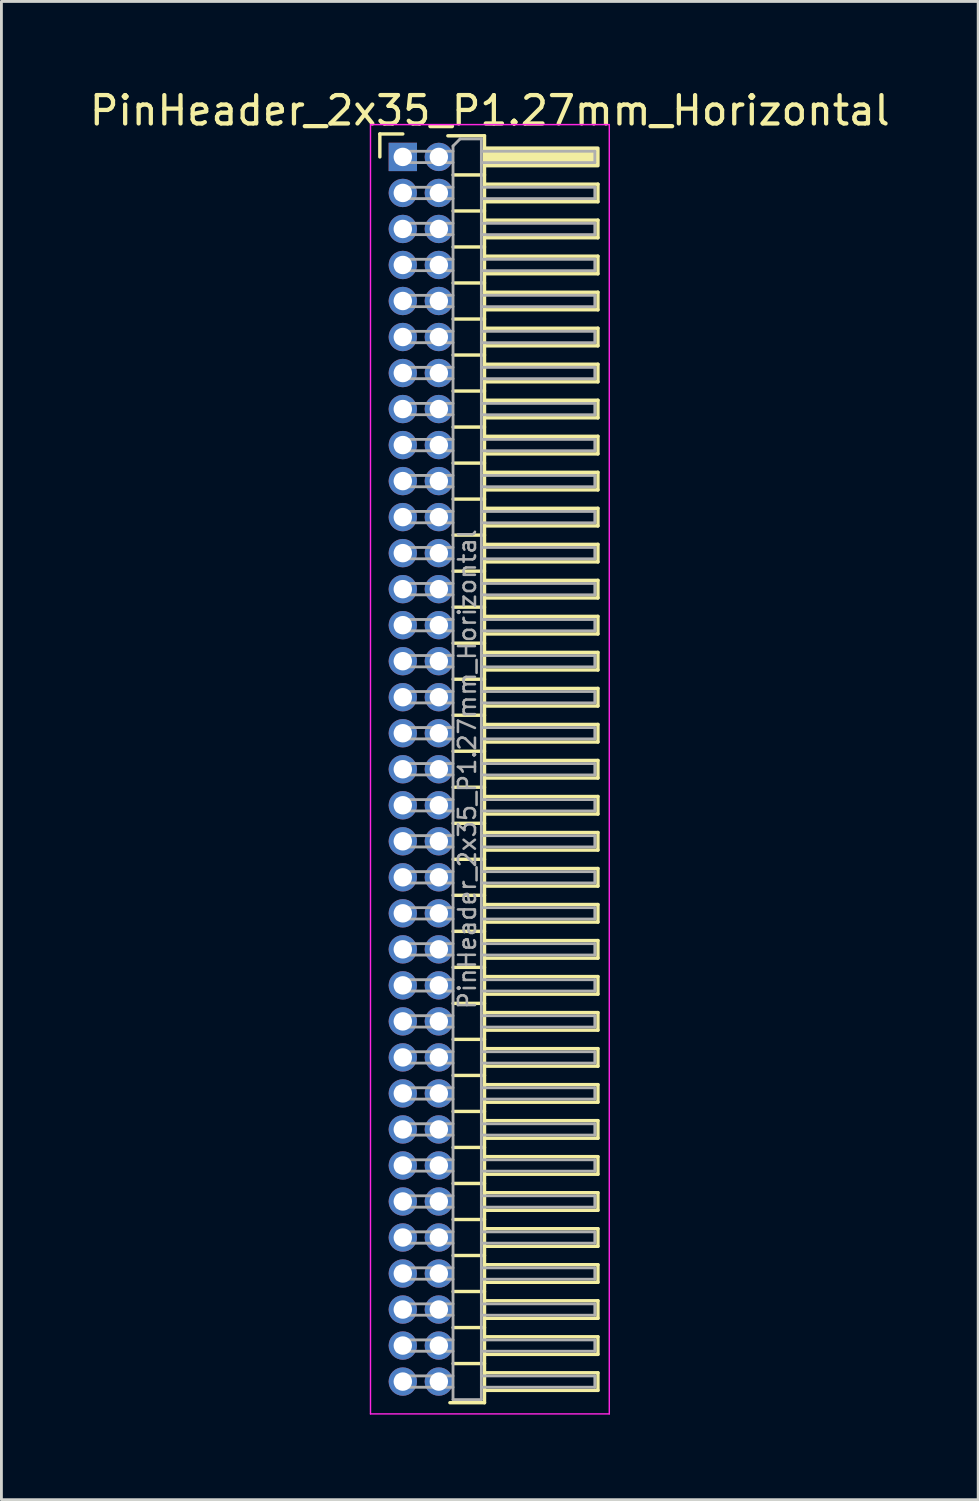
<source format=kicad_pcb>
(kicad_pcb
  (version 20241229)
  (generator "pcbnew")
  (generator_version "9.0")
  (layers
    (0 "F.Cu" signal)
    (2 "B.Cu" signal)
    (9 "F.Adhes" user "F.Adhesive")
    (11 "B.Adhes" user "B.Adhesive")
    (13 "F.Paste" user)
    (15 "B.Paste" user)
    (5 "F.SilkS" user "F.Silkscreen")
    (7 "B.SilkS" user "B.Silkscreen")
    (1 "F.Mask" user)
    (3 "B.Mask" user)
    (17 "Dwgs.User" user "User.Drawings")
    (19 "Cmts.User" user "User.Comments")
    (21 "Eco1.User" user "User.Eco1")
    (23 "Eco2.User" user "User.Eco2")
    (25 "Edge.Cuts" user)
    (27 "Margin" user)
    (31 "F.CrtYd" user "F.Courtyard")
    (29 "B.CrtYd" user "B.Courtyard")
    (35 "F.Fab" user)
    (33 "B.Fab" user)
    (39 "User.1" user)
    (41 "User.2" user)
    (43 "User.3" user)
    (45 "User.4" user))
  (footprint "PinHeader_2x35_P1.27mm_Horizontal"
    (layer "F.Cu")
    (at 11.153 2.483)
    (property "Reference" "PinHeader_2x35_P1.27mm_Horizontal" (at 3.067 -1.635 0) (layer "F.SilkS") (effects (font (size 1 1) (thickness 0.15))))
    (attr through_hole)
    (fp_line (start -0.81 -0.81) (end 0 -0.81) (stroke (width 0.12) (type solid)) (layer "F.SilkS"))
    (fp_line (start -0.81 0) (end -0.81 -0.81) (stroke (width 0.12) (type solid)) (layer "F.SilkS"))
    (fp_line (start 1.588 -0.745) (end 2.88 -0.745) (stroke (width 0.12) (type solid)) (layer "F.SilkS"))
    (fp_line (start 1.773 0.635) (end 2.88 0.635) (stroke (width 0.12) (type solid)) (layer "F.SilkS"))
    (fp_line (start 1.773 1.905) (end 2.88 1.905) (stroke (width 0.12) (type solid)) (layer "F.SilkS"))
    (fp_line (start 1.773 3.175) (end 2.88 3.175) (stroke (width 0.12) (type solid)) (layer "F.SilkS"))
    (fp_line (start 1.773 4.445) (end 2.88 4.445) (stroke (width 0.12) (type solid)) (layer "F.SilkS"))
    (fp_line (start 1.773 5.715) (end 2.88 5.715) (stroke (width 0.12) (type solid)) (layer "F.SilkS"))
    (fp_line (start 1.773 6.985) (end 2.88 6.985) (stroke (width 0.12) (type solid)) (layer "F.SilkS"))
    (fp_line (start 1.773 8.255) (end 2.88 8.255) (stroke (width 0.12) (type solid)) (layer "F.SilkS"))
    (fp_line (start 1.773 9.525) (end 2.88 9.525) (stroke (width 0.12) (type solid)) (layer "F.SilkS"))
    (fp_line (start 1.773 10.795) (end 2.88 10.795) (stroke (width 0.12) (type solid)) (layer "F.SilkS"))
    (fp_line (start 1.773 12.065) (end 2.88 12.065) (stroke (width 0.12) (type solid)) (layer "F.SilkS"))
    (fp_line (start 1.773 13.335) (end 2.88 13.335) (stroke (width 0.12) (type solid)) (layer "F.SilkS"))
    (fp_line (start 1.773 14.605) (end 2.88 14.605) (stroke (width 0.12) (type solid)) (layer "F.SilkS"))
    (fp_line (start 1.773 15.875) (end 2.88 15.875) (stroke (width 0.12) (type solid)) (layer "F.SilkS"))
    (fp_line (start 1.773 17.145) (end 2.88 17.145) (stroke (width 0.12) (type solid)) (layer "F.SilkS"))
    (fp_line (start 1.773 18.415) (end 2.88 18.415) (stroke (width 0.12) (type solid)) (layer "F.SilkS"))
    (fp_line (start 1.773 19.685) (end 2.88 19.685) (stroke (width 0.12) (type solid)) (layer "F.SilkS"))
    (fp_line (start 1.773 20.955) (end 2.88 20.955) (stroke (width 0.12) (type solid)) (layer "F.SilkS"))
    (fp_line (start 1.773 22.225) (end 2.88 22.225) (stroke (width 0.12) (type solid)) (layer "F.SilkS"))
    (fp_line (start 1.773 23.495) (end 2.88 23.495) (stroke (width 0.12) (type solid)) (layer "F.SilkS"))
    (fp_line (start 1.773 24.765) (end 2.88 24.765) (stroke (width 0.12) (type solid)) (layer "F.SilkS"))
    (fp_line (start 1.773 26.035) (end 2.88 26.035) (stroke (width 0.12) (type solid)) (layer "F.SilkS"))
    (fp_line (start 1.773 27.305) (end 2.88 27.305) (stroke (width 0.12) (type solid)) (layer "F.SilkS"))
    (fp_line (start 1.773 28.575) (end 2.88 28.575) (stroke (width 0.12) (type solid)) (layer "F.SilkS"))
    (fp_line (start 1.773 29.845) (end 2.88 29.845) (stroke (width 0.12) (type solid)) (layer "F.SilkS"))
    (fp_line (start 1.773 31.115) (end 2.88 31.115) (stroke (width 0.12) (type solid)) (layer "F.SilkS"))
    (fp_line (start 1.773 32.385) (end 2.88 32.385) (stroke (width 0.12) (type solid)) (layer "F.SilkS"))
    (fp_line (start 1.773 33.655) (end 2.88 33.655) (stroke (width 0.12) (type solid)) (layer "F.SilkS"))
    (fp_line (start 1.773 34.925) (end 2.88 34.925) (stroke (width 0.12) (type solid)) (layer "F.SilkS"))
    (fp_line (start 1.773 36.195) (end 2.88 36.195) (stroke (width 0.12) (type solid)) (layer "F.SilkS"))
    (fp_line (start 1.773 37.465) (end 2.88 37.465) (stroke (width 0.12) (type solid)) (layer "F.SilkS"))
    (fp_line (start 1.773 38.735) (end 2.88 38.735) (stroke (width 0.12) (type solid)) (layer "F.SilkS"))
    (fp_line (start 1.773 40.005) (end 2.88 40.005) (stroke (width 0.12) (type solid)) (layer "F.SilkS"))
    (fp_line (start 1.773 41.275) (end 2.88 41.275) (stroke (width 0.12) (type solid)) (layer "F.SilkS"))
    (fp_line (start 1.773 42.545) (end 2.88 42.545) (stroke (width 0.12) (type solid)) (layer "F.SilkS"))
    (fp_line (start 2.88 -0.745) (end 2.88 43.925) (stroke (width 0.12) (type solid)) (layer "F.SilkS"))
    (fp_line (start 2.88 0.96) (end 6.88 0.96) (stroke (width 0.12) (type solid)) (layer "F.SilkS"))
    (fp_line (start 2.88 2.23) (end 6.88 2.23) (stroke (width 0.12) (type solid)) (layer "F.SilkS"))
    (fp_line (start 2.88 3.5) (end 6.88 3.5) (stroke (width 0.12) (type solid)) (layer "F.SilkS"))
    (fp_line (start 2.88 4.77) (end 6.88 4.77) (stroke (width 0.12) (type solid)) (layer "F.SilkS"))
    (fp_line (start 2.88 6.04) (end 6.88 6.04) (stroke (width 0.12) (type solid)) (layer "F.SilkS"))
    (fp_line (start 2.88 7.31) (end 6.88 7.31) (stroke (width 0.12) (type solid)) (layer "F.SilkS"))
    (fp_line (start 2.88 8.58) (end 6.88 8.58) (stroke (width 0.12) (type solid)) (layer "F.SilkS"))
    (fp_line (start 2.88 9.85) (end 6.88 9.85) (stroke (width 0.12) (type solid)) (layer "F.SilkS"))
    (fp_line (start 2.88 11.12) (end 6.88 11.12) (stroke (width 0.12) (type solid)) (layer "F.SilkS"))
    (fp_line (start 2.88 12.39) (end 6.88 12.39) (stroke (width 0.12) (type solid)) (layer "F.SilkS"))
    (fp_line (start 2.88 13.66) (end 6.88 13.66) (stroke (width 0.12) (type solid)) (layer "F.SilkS"))
    (fp_line (start 2.88 14.93) (end 6.88 14.93) (stroke (width 0.12) (type solid)) (layer "F.SilkS"))
    (fp_line (start 2.88 16.2) (end 6.88 16.2) (stroke (width 0.12) (type solid)) (layer "F.SilkS"))
    (fp_line (start 2.88 17.47) (end 6.88 17.47) (stroke (width 0.12) (type solid)) (layer "F.SilkS"))
    (fp_line (start 2.88 18.74) (end 6.88 18.74) (stroke (width 0.12) (type solid)) (layer "F.SilkS"))
    (fp_line (start 2.88 20.01) (end 6.88 20.01) (stroke (width 0.12) (type solid)) (layer "F.SilkS"))
    (fp_line (start 2.88 21.28) (end 6.88 21.28) (stroke (width 0.12) (type solid)) (layer "F.SilkS"))
    (fp_line (start 2.88 22.55) (end 6.88 22.55) (stroke (width 0.12) (type solid)) (layer "F.SilkS"))
    (fp_line (start 2.88 23.82) (end 6.88 23.82) (stroke (width 0.12) (type solid)) (layer "F.SilkS"))
    (fp_line (start 2.88 25.09) (end 6.88 25.09) (stroke (width 0.12) (type solid)) (layer "F.SilkS"))
    (fp_line (start 2.88 26.36) (end 6.88 26.36) (stroke (width 0.12) (type solid)) (layer "F.SilkS"))
    (fp_line (start 2.88 27.63) (end 6.88 27.63) (stroke (width 0.12) (type solid)) (layer "F.SilkS"))
    (fp_line (start 2.88 28.9) (end 6.88 28.9) (stroke (width 0.12) (type solid)) (layer "F.SilkS"))
    (fp_line (start 2.88 30.17) (end 6.88 30.17) (stroke (width 0.12) (type solid)) (layer "F.SilkS"))
    (fp_line (start 2.88 31.44) (end 6.88 31.44) (stroke (width 0.12) (type solid)) (layer "F.SilkS"))
    (fp_line (start 2.88 32.71) (end 6.88 32.71) (stroke (width 0.12) (type solid)) (layer "F.SilkS"))
    (fp_line (start 2.88 33.98) (end 6.88 33.98) (stroke (width 0.12) (type solid)) (layer "F.SilkS"))
    (fp_line (start 2.88 35.25) (end 6.88 35.25) (stroke (width 0.12) (type solid)) (layer "F.SilkS"))
    (fp_line (start 2.88 36.52) (end 6.88 36.52) (stroke (width 0.12) (type solid)) (layer "F.SilkS"))
    (fp_line (start 2.88 37.79) (end 6.88 37.79) (stroke (width 0.12) (type solid)) (layer "F.SilkS"))
    (fp_line (start 2.88 39.06) (end 6.88 39.06) (stroke (width 0.12) (type solid)) (layer "F.SilkS"))
    (fp_line (start 2.88 40.33) (end 6.88 40.33) (stroke (width 0.12) (type solid)) (layer "F.SilkS"))
    (fp_line (start 2.88 41.6) (end 6.88 41.6) (stroke (width 0.12) (type solid)) (layer "F.SilkS"))
    (fp_line (start 2.88 42.87) (end 6.88 42.87) (stroke (width 0.12) (type solid)) (layer "F.SilkS"))
    (fp_line (start 2.88 43.925) (end 1.66 43.925) (stroke (width 0.12) (type solid)) (layer "F.SilkS"))
    (fp_line (start 6.88 0.96) (end 6.88 1.58) (stroke (width 0.12) (type solid)) (layer "F.SilkS"))
    (fp_line (start 6.88 1.58) (end 2.88 1.58) (stroke (width 0.12) (type solid)) (layer "F.SilkS"))
    (fp_line (start 6.88 2.23) (end 6.88 2.85) (stroke (width 0.12) (type solid)) (layer "F.SilkS"))
    (fp_line (start 6.88 2.85) (end 2.88 2.85) (stroke (width 0.12) (type solid)) (layer "F.SilkS"))
    (fp_line (start 6.88 3.5) (end 6.88 4.12) (stroke (width 0.12) (type solid)) (layer "F.SilkS"))
    (fp_line (start 6.88 4.12) (end 2.88 4.12) (stroke (width 0.12) (type solid)) (layer "F.SilkS"))
    (fp_line (start 6.88 4.77) (end 6.88 5.39) (stroke (width 0.12) (type solid)) (layer "F.SilkS"))
    (fp_line (start 6.88 5.39) (end 2.88 5.39) (stroke (width 0.12) (type solid)) (layer "F.SilkS"))
    (fp_line (start 6.88 6.04) (end 6.88 6.66) (stroke (width 0.12) (type solid)) (layer "F.SilkS"))
    (fp_line (start 6.88 6.66) (end 2.88 6.66) (stroke (width 0.12) (type solid)) (layer "F.SilkS"))
    (fp_line (start 6.88 7.31) (end 6.88 7.93) (stroke (width 0.12) (type solid)) (layer "F.SilkS"))
    (fp_line (start 6.88 7.93) (end 2.88 7.93) (stroke (width 0.12) (type solid)) (layer "F.SilkS"))
    (fp_line (start 6.88 8.58) (end 6.88 9.2) (stroke (width 0.12) (type solid)) (layer "F.SilkS"))
    (fp_line (start 6.88 9.2) (end 2.88 9.2) (stroke (width 0.12) (type solid)) (layer "F.SilkS"))
    (fp_line (start 6.88 9.85) (end 6.88 10.47) (stroke (width 0.12) (type solid)) (layer "F.SilkS"))
    (fp_line (start 6.88 10.47) (end 2.88 10.47) (stroke (width 0.12) (type solid)) (layer "F.SilkS"))
    (fp_line (start 6.88 11.12) (end 6.88 11.74) (stroke (width 0.12) (type solid)) (layer "F.SilkS"))
    (fp_line (start 6.88 11.74) (end 2.88 11.74) (stroke (width 0.12) (type solid)) (layer "F.SilkS"))
    (fp_line (start 6.88 12.39) (end 6.88 13.01) (stroke (width 0.12) (type solid)) (layer "F.SilkS"))
    (fp_line (start 6.88 13.01) (end 2.88 13.01) (stroke (width 0.12) (type solid)) (layer "F.SilkS"))
    (fp_line (start 6.88 13.66) (end 6.88 14.28) (stroke (width 0.12) (type solid)) (layer "F.SilkS"))
    (fp_line (start 6.88 14.28) (end 2.88 14.28) (stroke (width 0.12) (type solid)) (layer "F.SilkS"))
    (fp_line (start 6.88 14.93) (end 6.88 15.55) (stroke (width 0.12) (type solid)) (layer "F.SilkS"))
    (fp_line (start 6.88 15.55) (end 2.88 15.55) (stroke (width 0.12) (type solid)) (layer "F.SilkS"))
    (fp_line (start 6.88 16.2) (end 6.88 16.82) (stroke (width 0.12) (type solid)) (layer "F.SilkS"))
    (fp_line (start 6.88 16.82) (end 2.88 16.82) (stroke (width 0.12) (type solid)) (layer "F.SilkS"))
    (fp_line (start 6.88 17.47) (end 6.88 18.09) (stroke (width 0.12) (type solid)) (layer "F.SilkS"))
    (fp_line (start 6.88 18.09) (end 2.88 18.09) (stroke (width 0.12) (type solid)) (layer "F.SilkS"))
    (fp_line (start 6.88 18.74) (end 6.88 19.36) (stroke (width 0.12) (type solid)) (layer "F.SilkS"))
    (fp_line (start 6.88 19.36) (end 2.88 19.36) (stroke (width 0.12) (type solid)) (layer "F.SilkS"))
    (fp_line (start 6.88 20.01) (end 6.88 20.63) (stroke (width 0.12) (type solid)) (layer "F.SilkS"))
    (fp_line (start 6.88 20.63) (end 2.88 20.63) (stroke (width 0.12) (type solid)) (layer "F.SilkS"))
    (fp_line (start 6.88 21.28) (end 6.88 21.9) (stroke (width 0.12) (type solid)) (layer "F.SilkS"))
    (fp_line (start 6.88 21.9) (end 2.88 21.9) (stroke (width 0.12) (type solid)) (layer "F.SilkS"))
    (fp_line (start 6.88 22.55) (end 6.88 23.17) (stroke (width 0.12) (type solid)) (layer "F.SilkS"))
    (fp_line (start 6.88 23.17) (end 2.88 23.17) (stroke (width 0.12) (type solid)) (layer "F.SilkS"))
    (fp_line (start 6.88 23.82) (end 6.88 24.44) (stroke (width 0.12) (type solid)) (layer "F.SilkS"))
    (fp_line (start 6.88 24.44) (end 2.88 24.44) (stroke (width 0.12) (type solid)) (layer "F.SilkS"))
    (fp_line (start 6.88 25.09) (end 6.88 25.71) (stroke (width 0.12) (type solid)) (layer "F.SilkS"))
    (fp_line (start 6.88 25.71) (end 2.88 25.71) (stroke (width 0.12) (type solid)) (layer "F.SilkS"))
    (fp_line (start 6.88 26.36) (end 6.88 26.98) (stroke (width 0.12) (type solid)) (layer "F.SilkS"))
    (fp_line (start 6.88 26.98) (end 2.88 26.98) (stroke (width 0.12) (type solid)) (layer "F.SilkS"))
    (fp_line (start 6.88 27.63) (end 6.88 28.25) (stroke (width 0.12) (type solid)) (layer "F.SilkS"))
    (fp_line (start 6.88 28.25) (end 2.88 28.25) (stroke (width 0.12) (type solid)) (layer "F.SilkS"))
    (fp_line (start 6.88 28.9) (end 6.88 29.52) (stroke (width 0.12) (type solid)) (layer "F.SilkS"))
    (fp_line (start 6.88 29.52) (end 2.88 29.52) (stroke (width 0.12) (type solid)) (layer "F.SilkS"))
    (fp_line (start 6.88 30.17) (end 6.88 30.79) (stroke (width 0.12) (type solid)) (layer "F.SilkS"))
    (fp_line (start 6.88 30.79) (end 2.88 30.79) (stroke (width 0.12) (type solid)) (layer "F.SilkS"))
    (fp_line (start 6.88 31.44) (end 6.88 32.06) (stroke (width 0.12) (type solid)) (layer "F.SilkS"))
    (fp_line (start 6.88 32.06) (end 2.88 32.06) (stroke (width 0.12) (type solid)) (layer "F.SilkS"))
    (fp_line (start 6.88 32.71) (end 6.88 33.33) (stroke (width 0.12) (type solid)) (layer "F.SilkS"))
    (fp_line (start 6.88 33.33) (end 2.88 33.33) (stroke (width 0.12) (type solid)) (layer "F.SilkS"))
    (fp_line (start 6.88 33.98) (end 6.88 34.6) (stroke (width 0.12) (type solid)) (layer "F.SilkS"))
    (fp_line (start 6.88 34.6) (end 2.88 34.6) (stroke (width 0.12) (type solid)) (layer "F.SilkS"))
    (fp_line (start 6.88 35.25) (end 6.88 35.87) (stroke (width 0.12) (type solid)) (layer "F.SilkS"))
    (fp_line (start 6.88 35.87) (end 2.88 35.87) (stroke (width 0.12) (type solid)) (layer "F.SilkS"))
    (fp_line (start 6.88 36.52) (end 6.88 37.14) (stroke (width 0.12) (type solid)) (layer "F.SilkS"))
    (fp_line (start 6.88 37.14) (end 2.88 37.14) (stroke (width 0.12) (type solid)) (layer "F.SilkS"))
    (fp_line (start 6.88 37.79) (end 6.88 38.41) (stroke (width 0.12) (type solid)) (layer "F.SilkS"))
    (fp_line (start 6.88 38.41) (end 2.88 38.41) (stroke (width 0.12) (type solid)) (layer "F.SilkS"))
    (fp_line (start 6.88 39.06) (end 6.88 39.68) (stroke (width 0.12) (type solid)) (layer "F.SilkS"))
    (fp_line (start 6.88 39.68) (end 2.88 39.68) (stroke (width 0.12) (type solid)) (layer "F.SilkS"))
    (fp_line (start 6.88 40.33) (end 6.88 40.95) (stroke (width 0.12) (type solid)) (layer "F.SilkS"))
    (fp_line (start 6.88 40.95) (end 2.88 40.95) (stroke (width 0.12) (type solid)) (layer "F.SilkS"))
    (fp_line (start 6.88 41.6) (end 6.88 42.22) (stroke (width 0.12) (type solid)) (layer "F.SilkS"))
    (fp_line (start 6.88 42.22) (end 2.88 42.22) (stroke (width 0.12) (type solid)) (layer "F.SilkS"))
    (fp_line (start 6.88 42.87) (end 6.88 43.49) (stroke (width 0.12) (type solid)) (layer "F.SilkS"))
    (fp_line (start 6.88 43.49) (end 2.88 43.49) (stroke (width 0.12) (type solid)) (layer "F.SilkS"))
    (fp_rect (start 2.88 -0.31) (end 6.88 0.31) (stroke (width 0.12) (type solid)) (fill yes) (layer "F.SilkS"))
    (fp_line (start -1.14 -1.14) (end -1.14 44.32) (stroke (width 0.05) (type solid)) (layer "F.CrtYd"))
    (fp_line (start -1.14 44.32) (end 7.28 44.32) (stroke (width 0.05) (type solid)) (layer "F.CrtYd"))
    (fp_line (start 7.28 -1.14) (end -1.14 -1.14) (stroke (width 0.05) (type solid)) (layer "F.CrtYd"))
    (fp_line (start 7.28 44.32) (end 7.28 -1.14) (stroke (width 0.05) (type solid)) (layer "F.CrtYd"))
    (fp_line (start -0.2 -0.2) (end -0.2 0.2) (stroke (width 0.1) (type solid)) (layer "F.Fab"))
    (fp_line (start -0.2 -0.2) (end 1.77 -0.2) (stroke (width 0.1) (type solid)) (layer "F.Fab"))
    (fp_line (start -0.2 0.2) (end 1.77 0.2) (stroke (width 0.1) (type solid)) (layer "F.Fab"))
    (fp_line (start -0.2 1.07) (end -0.2 1.47) (stroke (width 0.1) (type solid)) (layer "F.Fab"))
    (fp_line (start -0.2 1.07) (end 1.77 1.07) (stroke (width 0.1) (type solid)) (layer "F.Fab"))
    (fp_line (start -0.2 1.47) (end 1.77 1.47) (stroke (width 0.1) (type solid)) (layer "F.Fab"))
    (fp_line (start -0.2 2.34) (end -0.2 2.74) (stroke (width 0.1) (type solid)) (layer "F.Fab"))
    (fp_line (start -0.2 2.34) (end 1.77 2.34) (stroke (width 0.1) (type solid)) (layer "F.Fab"))
    (fp_line (start -0.2 2.74) (end 1.77 2.74) (stroke (width 0.1) (type solid)) (layer "F.Fab"))
    (fp_line (start -0.2 3.61) (end -0.2 4.01) (stroke (width 0.1) (type solid)) (layer "F.Fab"))
    (fp_line (start -0.2 3.61) (end 1.77 3.61) (stroke (width 0.1) (type solid)) (layer "F.Fab"))
    (fp_line (start -0.2 4.01) (end 1.77 4.01) (stroke (width 0.1) (type solid)) (layer "F.Fab"))
    (fp_line (start -0.2 4.88) (end -0.2 5.28) (stroke (width 0.1) (type solid)) (layer "F.Fab"))
    (fp_line (start -0.2 4.88) (end 1.77 4.88) (stroke (width 0.1) (type solid)) (layer "F.Fab"))
    (fp_line (start -0.2 5.28) (end 1.77 5.28) (stroke (width 0.1) (type solid)) (layer "F.Fab"))
    (fp_line (start -0.2 6.15) (end -0.2 6.55) (stroke (width 0.1) (type solid)) (layer "F.Fab"))
    (fp_line (start -0.2 6.15) (end 1.77 6.15) (stroke (width 0.1) (type solid)) (layer "F.Fab"))
    (fp_line (start -0.2 6.55) (end 1.77 6.55) (stroke (width 0.1) (type solid)) (layer "F.Fab"))
    (fp_line (start -0.2 7.42) (end -0.2 7.82) (stroke (width 0.1) (type solid)) (layer "F.Fab"))
    (fp_line (start -0.2 7.42) (end 1.77 7.42) (stroke (width 0.1) (type solid)) (layer "F.Fab"))
    (fp_line (start -0.2 7.82) (end 1.77 7.82) (stroke (width 0.1) (type solid)) (layer "F.Fab"))
    (fp_line (start -0.2 8.69) (end -0.2 9.09) (stroke (width 0.1) (type solid)) (layer "F.Fab"))
    (fp_line (start -0.2 8.69) (end 1.77 8.69) (stroke (width 0.1) (type solid)) (layer "F.Fab"))
    (fp_line (start -0.2 9.09) (end 1.77 9.09) (stroke (width 0.1) (type solid)) (layer "F.Fab"))
    (fp_line (start -0.2 9.96) (end -0.2 10.36) (stroke (width 0.1) (type solid)) (layer "F.Fab"))
    (fp_line (start -0.2 9.96) (end 1.77 9.96) (stroke (width 0.1) (type solid)) (layer "F.Fab"))
    (fp_line (start -0.2 10.36) (end 1.77 10.36) (stroke (width 0.1) (type solid)) (layer "F.Fab"))
    (fp_line (start -0.2 11.23) (end -0.2 11.63) (stroke (width 0.1) (type solid)) (layer "F.Fab"))
    (fp_line (start -0.2 11.23) (end 1.77 11.23) (stroke (width 0.1) (type solid)) (layer "F.Fab"))
    (fp_line (start -0.2 11.63) (end 1.77 11.63) (stroke (width 0.1) (type solid)) (layer "F.Fab"))
    (fp_line (start -0.2 12.5) (end -0.2 12.9) (stroke (width 0.1) (type solid)) (layer "F.Fab"))
    (fp_line (start -0.2 12.5) (end 1.77 12.5) (stroke (width 0.1) (type solid)) (layer "F.Fab"))
    (fp_line (start -0.2 12.9) (end 1.77 12.9) (stroke (width 0.1) (type solid)) (layer "F.Fab"))
    (fp_line (start -0.2 13.77) (end -0.2 14.17) (stroke (width 0.1) (type solid)) (layer "F.Fab"))
    (fp_line (start -0.2 13.77) (end 1.77 13.77) (stroke (width 0.1) (type solid)) (layer "F.Fab"))
    (fp_line (start -0.2 14.17) (end 1.77 14.17) (stroke (width 0.1) (type solid)) (layer "F.Fab"))
    (fp_line (start -0.2 15.04) (end -0.2 15.44) (stroke (width 0.1) (type solid)) (layer "F.Fab"))
    (fp_line (start -0.2 15.04) (end 1.77 15.04) (stroke (width 0.1) (type solid)) (layer "F.Fab"))
    (fp_line (start -0.2 15.44) (end 1.77 15.44) (stroke (width 0.1) (type solid)) (layer "F.Fab"))
    (fp_line (start -0.2 16.31) (end -0.2 16.71) (stroke (width 0.1) (type solid)) (layer "F.Fab"))
    (fp_line (start -0.2 16.31) (end 1.77 16.31) (stroke (width 0.1) (type solid)) (layer "F.Fab"))
    (fp_line (start -0.2 16.71) (end 1.77 16.71) (stroke (width 0.1) (type solid)) (layer "F.Fab"))
    (fp_line (start -0.2 17.58) (end -0.2 17.98) (stroke (width 0.1) (type solid)) (layer "F.Fab"))
    (fp_line (start -0.2 17.58) (end 1.77 17.58) (stroke (width 0.1) (type solid)) (layer "F.Fab"))
    (fp_line (start -0.2 17.98) (end 1.77 17.98) (stroke (width 0.1) (type solid)) (layer "F.Fab"))
    (fp_line (start -0.2 18.85) (end -0.2 19.25) (stroke (width 0.1) (type solid)) (layer "F.Fab"))
    (fp_line (start -0.2 18.85) (end 1.77 18.85) (stroke (width 0.1) (type solid)) (layer "F.Fab"))
    (fp_line (start -0.2 19.25) (end 1.77 19.25) (stroke (width 0.1) (type solid)) (layer "F.Fab"))
    (fp_line (start -0.2 20.12) (end -0.2 20.52) (stroke (width 0.1) (type solid)) (layer "F.Fab"))
    (fp_line (start -0.2 20.12) (end 1.77 20.12) (stroke (width 0.1) (type solid)) (layer "F.Fab"))
    (fp_line (start -0.2 20.52) (end 1.77 20.52) (stroke (width 0.1) (type solid)) (layer "F.Fab"))
    (fp_line (start -0.2 21.39) (end -0.2 21.79) (stroke (width 0.1) (type solid)) (layer "F.Fab"))
    (fp_line (start -0.2 21.39) (end 1.77 21.39) (stroke (width 0.1) (type solid)) (layer "F.Fab"))
    (fp_line (start -0.2 21.79) (end 1.77 21.79) (stroke (width 0.1) (type solid)) (layer "F.Fab"))
    (fp_line (start -0.2 22.66) (end -0.2 23.06) (stroke (width 0.1) (type solid)) (layer "F.Fab"))
    (fp_line (start -0.2 22.66) (end 1.77 22.66) (stroke (width 0.1) (type solid)) (layer "F.Fab"))
    (fp_line (start -0.2 23.06) (end 1.77 23.06) (stroke (width 0.1) (type solid)) (layer "F.Fab"))
    (fp_line (start -0.2 23.93) (end -0.2 24.33) (stroke (width 0.1) (type solid)) (layer "F.Fab"))
    (fp_line (start -0.2 23.93) (end 1.77 23.93) (stroke (width 0.1) (type solid)) (layer "F.Fab"))
    (fp_line (start -0.2 24.33) (end 1.77 24.33) (stroke (width 0.1) (type solid)) (layer "F.Fab"))
    (fp_line (start -0.2 25.2) (end -0.2 25.6) (stroke (width 0.1) (type solid)) (layer "F.Fab"))
    (fp_line (start -0.2 25.2) (end 1.77 25.2) (stroke (width 0.1) (type solid)) (layer "F.Fab"))
    (fp_line (start -0.2 25.6) (end 1.77 25.6) (stroke (width 0.1) (type solid)) (layer "F.Fab"))
    (fp_line (start -0.2 26.47) (end -0.2 26.87) (stroke (width 0.1) (type solid)) (layer "F.Fab"))
    (fp_line (start -0.2 26.47) (end 1.77 26.47) (stroke (width 0.1) (type solid)) (layer "F.Fab"))
    (fp_line (start -0.2 26.87) (end 1.77 26.87) (stroke (width 0.1) (type solid)) (layer "F.Fab"))
    (fp_line (start -0.2 27.74) (end -0.2 28.14) (stroke (width 0.1) (type solid)) (layer "F.Fab"))
    (fp_line (start -0.2 27.74) (end 1.77 27.74) (stroke (width 0.1) (type solid)) (layer "F.Fab"))
    (fp_line (start -0.2 28.14) (end 1.77 28.14) (stroke (width 0.1) (type solid)) (layer "F.Fab"))
    (fp_line (start -0.2 29.01) (end -0.2 29.41) (stroke (width 0.1) (type solid)) (layer "F.Fab"))
    (fp_line (start -0.2 29.01) (end 1.77 29.01) (stroke (width 0.1) (type solid)) (layer "F.Fab"))
    (fp_line (start -0.2 29.41) (end 1.77 29.41) (stroke (width 0.1) (type solid)) (layer "F.Fab"))
    (fp_line (start -0.2 30.28) (end -0.2 30.68) (stroke (width 0.1) (type solid)) (layer "F.Fab"))
    (fp_line (start -0.2 30.28) (end 1.77 30.28) (stroke (width 0.1) (type solid)) (layer "F.Fab"))
    (fp_line (start -0.2 30.68) (end 1.77 30.68) (stroke (width 0.1) (type solid)) (layer "F.Fab"))
    (fp_line (start -0.2 31.55) (end -0.2 31.95) (stroke (width 0.1) (type solid)) (layer "F.Fab"))
    (fp_line (start -0.2 31.55) (end 1.77 31.55) (stroke (width 0.1) (type solid)) (layer "F.Fab"))
    (fp_line (start -0.2 31.95) (end 1.77 31.95) (stroke (width 0.1) (type solid)) (layer "F.Fab"))
    (fp_line (start -0.2 32.82) (end -0.2 33.22) (stroke (width 0.1) (type solid)) (layer "F.Fab"))
    (fp_line (start -0.2 32.82) (end 1.77 32.82) (stroke (width 0.1) (type solid)) (layer "F.Fab"))
    (fp_line (start -0.2 33.22) (end 1.77 33.22) (stroke (width 0.1) (type solid)) (layer "F.Fab"))
    (fp_line (start -0.2 34.09) (end -0.2 34.49) (stroke (width 0.1) (type solid)) (layer "F.Fab"))
    (fp_line (start -0.2 34.09) (end 1.77 34.09) (stroke (width 0.1) (type solid)) (layer "F.Fab"))
    (fp_line (start -0.2 34.49) (end 1.77 34.49) (stroke (width 0.1) (type solid)) (layer "F.Fab"))
    (fp_line (start -0.2 35.36) (end -0.2 35.76) (stroke (width 0.1) (type solid)) (layer "F.Fab"))
    (fp_line (start -0.2 35.36) (end 1.77 35.36) (stroke (width 0.1) (type solid)) (layer "F.Fab"))
    (fp_line (start -0.2 35.76) (end 1.77 35.76) (stroke (width 0.1) (type solid)) (layer "F.Fab"))
    (fp_line (start -0.2 36.63) (end -0.2 37.03) (stroke (width 0.1) (type solid)) (layer "F.Fab"))
    (fp_line (start -0.2 36.63) (end 1.77 36.63) (stroke (width 0.1) (type solid)) (layer "F.Fab"))
    (fp_line (start -0.2 37.03) (end 1.77 37.03) (stroke (width 0.1) (type solid)) (layer "F.Fab"))
    (fp_line (start -0.2 37.9) (end -0.2 38.3) (stroke (width 0.1) (type solid)) (layer "F.Fab"))
    (fp_line (start -0.2 37.9) (end 1.77 37.9) (stroke (width 0.1) (type solid)) (layer "F.Fab"))
    (fp_line (start -0.2 38.3) (end 1.77 38.3) (stroke (width 0.1) (type solid)) (layer "F.Fab"))
    (fp_line (start -0.2 39.17) (end -0.2 39.57) (stroke (width 0.1) (type solid)) (layer "F.Fab"))
    (fp_line (start -0.2 39.17) (end 1.77 39.17) (stroke (width 0.1) (type solid)) (layer "F.Fab"))
    (fp_line (start -0.2 39.57) (end 1.77 39.57) (stroke (width 0.1) (type solid)) (layer "F.Fab"))
    (fp_line (start -0.2 40.44) (end -0.2 40.84) (stroke (width 0.1) (type solid)) (layer "F.Fab"))
    (fp_line (start -0.2 40.44) (end 1.77 40.44) (stroke (width 0.1) (type solid)) (layer "F.Fab"))
    (fp_line (start -0.2 40.84) (end 1.77 40.84) (stroke (width 0.1) (type solid)) (layer "F.Fab"))
    (fp_line (start -0.2 41.71) (end -0.2 42.11) (stroke (width 0.1) (type solid)) (layer "F.Fab"))
    (fp_line (start -0.2 41.71) (end 1.77 41.71) (stroke (width 0.1) (type solid)) (layer "F.Fab"))
    (fp_line (start -0.2 42.11) (end 1.77 42.11) (stroke (width 0.1) (type solid)) (layer "F.Fab"))
    (fp_line (start -0.2 42.98) (end -0.2 43.38) (stroke (width 0.1) (type solid)) (layer "F.Fab"))
    (fp_line (start -0.2 42.98) (end 1.77 42.98) (stroke (width 0.1) (type solid)) (layer "F.Fab"))
    (fp_line (start -0.2 43.38) (end 1.77 43.38) (stroke (width 0.1) (type solid)) (layer "F.Fab"))
    (fp_line (start 1.77 -0.385) (end 2.02 -0.635) (stroke (width 0.1) (type solid)) (layer "F.Fab"))
    (fp_line (start 1.77 43.815) (end 1.77 -0.385) (stroke (width 0.1) (type solid)) (layer "F.Fab"))
    (fp_line (start 2.02 -0.635) (end 2.77 -0.635) (stroke (width 0.1) (type solid)) (layer "F.Fab"))
    (fp_line (start 2.77 -0.635) (end 2.77 43.815) (stroke (width 0.1) (type solid)) (layer "F.Fab"))
    (fp_line (start 2.77 -0.2) (end 6.77 -0.2) (stroke (width 0.1) (type solid)) (layer "F.Fab"))
    (fp_line (start 2.77 0.2) (end 6.77 0.2) (stroke (width 0.1) (type solid)) (layer "F.Fab"))
    (fp_line (start 2.77 1.07) (end 6.77 1.07) (stroke (width 0.1) (type solid)) (layer "F.Fab"))
    (fp_line (start 2.77 1.47) (end 6.77 1.47) (stroke (width 0.1) (type solid)) (layer "F.Fab"))
    (fp_line (start 2.77 2.34) (end 6.77 2.34) (stroke (width 0.1) (type solid)) (layer "F.Fab"))
    (fp_line (start 2.77 2.74) (end 6.77 2.74) (stroke (width 0.1) (type solid)) (layer "F.Fab"))
    (fp_line (start 2.77 3.61) (end 6.77 3.61) (stroke (width 0.1) (type solid)) (layer "F.Fab"))
    (fp_line (start 2.77 4.01) (end 6.77 4.01) (stroke (width 0.1) (type solid)) (layer "F.Fab"))
    (fp_line (start 2.77 4.88) (end 6.77 4.88) (stroke (width 0.1) (type solid)) (layer "F.Fab"))
    (fp_line (start 2.77 5.28) (end 6.77 5.28) (stroke (width 0.1) (type solid)) (layer "F.Fab"))
    (fp_line (start 2.77 6.15) (end 6.77 6.15) (stroke (width 0.1) (type solid)) (layer "F.Fab"))
    (fp_line (start 2.77 6.55) (end 6.77 6.55) (stroke (width 0.1) (type solid)) (layer "F.Fab"))
    (fp_line (start 2.77 7.42) (end 6.77 7.42) (stroke (width 0.1) (type solid)) (layer "F.Fab"))
    (fp_line (start 2.77 7.82) (end 6.77 7.82) (stroke (width 0.1) (type solid)) (layer "F.Fab"))
    (fp_line (start 2.77 8.69) (end 6.77 8.69) (stroke (width 0.1) (type solid)) (layer "F.Fab"))
    (fp_line (start 2.77 9.09) (end 6.77 9.09) (stroke (width 0.1) (type solid)) (layer "F.Fab"))
    (fp_line (start 2.77 9.96) (end 6.77 9.96) (stroke (width 0.1) (type solid)) (layer "F.Fab"))
    (fp_line (start 2.77 10.36) (end 6.77 10.36) (stroke (width 0.1) (type solid)) (layer "F.Fab"))
    (fp_line (start 2.77 11.23) (end 6.77 11.23) (stroke (width 0.1) (type solid)) (layer "F.Fab"))
    (fp_line (start 2.77 11.63) (end 6.77 11.63) (stroke (width 0.1) (type solid)) (layer "F.Fab"))
    (fp_line (start 2.77 12.5) (end 6.77 12.5) (stroke (width 0.1) (type solid)) (layer "F.Fab"))
    (fp_line (start 2.77 12.9) (end 6.77 12.9) (stroke (width 0.1) (type solid)) (layer "F.Fab"))
    (fp_line (start 2.77 13.77) (end 6.77 13.77) (stroke (width 0.1) (type solid)) (layer "F.Fab"))
    (fp_line (start 2.77 14.17) (end 6.77 14.17) (stroke (width 0.1) (type solid)) (layer "F.Fab"))
    (fp_line (start 2.77 15.04) (end 6.77 15.04) (stroke (width 0.1) (type solid)) (layer "F.Fab"))
    (fp_line (start 2.77 15.44) (end 6.77 15.44) (stroke (width 0.1) (type solid)) (layer "F.Fab"))
    (fp_line (start 2.77 16.31) (end 6.77 16.31) (stroke (width 0.1) (type solid)) (layer "F.Fab"))
    (fp_line (start 2.77 16.71) (end 6.77 16.71) (stroke (width 0.1) (type solid)) (layer "F.Fab"))
    (fp_line (start 2.77 17.58) (end 6.77 17.58) (stroke (width 0.1) (type solid)) (layer "F.Fab"))
    (fp_line (start 2.77 17.98) (end 6.77 17.98) (stroke (width 0.1) (type solid)) (layer "F.Fab"))
    (fp_line (start 2.77 18.85) (end 6.77 18.85) (stroke (width 0.1) (type solid)) (layer "F.Fab"))
    (fp_line (start 2.77 19.25) (end 6.77 19.25) (stroke (width 0.1) (type solid)) (layer "F.Fab"))
    (fp_line (start 2.77 20.12) (end 6.77 20.12) (stroke (width 0.1) (type solid)) (layer "F.Fab"))
    (fp_line (start 2.77 20.52) (end 6.77 20.52) (stroke (width 0.1) (type solid)) (layer "F.Fab"))
    (fp_line (start 2.77 21.39) (end 6.77 21.39) (stroke (width 0.1) (type solid)) (layer "F.Fab"))
    (fp_line (start 2.77 21.79) (end 6.77 21.79) (stroke (width 0.1) (type solid)) (layer "F.Fab"))
    (fp_line (start 2.77 22.66) (end 6.77 22.66) (stroke (width 0.1) (type solid)) (layer "F.Fab"))
    (fp_line (start 2.77 23.06) (end 6.77 23.06) (stroke (width 0.1) (type solid)) (layer "F.Fab"))
    (fp_line (start 2.77 23.93) (end 6.77 23.93) (stroke (width 0.1) (type solid)) (layer "F.Fab"))
    (fp_line (start 2.77 24.33) (end 6.77 24.33) (stroke (width 0.1) (type solid)) (layer "F.Fab"))
    (fp_line (start 2.77 25.2) (end 6.77 25.2) (stroke (width 0.1) (type solid)) (layer "F.Fab"))
    (fp_line (start 2.77 25.6) (end 6.77 25.6) (stroke (width 0.1) (type solid)) (layer "F.Fab"))
    (fp_line (start 2.77 26.47) (end 6.77 26.47) (stroke (width 0.1) (type solid)) (layer "F.Fab"))
    (fp_line (start 2.77 26.87) (end 6.77 26.87) (stroke (width 0.1) (type solid)) (layer "F.Fab"))
    (fp_line (start 2.77 27.74) (end 6.77 27.74) (stroke (width 0.1) (type solid)) (layer "F.Fab"))
    (fp_line (start 2.77 28.14) (end 6.77 28.14) (stroke (width 0.1) (type solid)) (layer "F.Fab"))
    (fp_line (start 2.77 29.01) (end 6.77 29.01) (stroke (width 0.1) (type solid)) (layer "F.Fab"))
    (fp_line (start 2.77 29.41) (end 6.77 29.41) (stroke (width 0.1) (type solid)) (layer "F.Fab"))
    (fp_line (start 2.77 30.28) (end 6.77 30.28) (stroke (width 0.1) (type solid)) (layer "F.Fab"))
    (fp_line (start 2.77 30.68) (end 6.77 30.68) (stroke (width 0.1) (type solid)) (layer "F.Fab"))
    (fp_line (start 2.77 31.55) (end 6.77 31.55) (stroke (width 0.1) (type solid)) (layer "F.Fab"))
    (fp_line (start 2.77 31.95) (end 6.77 31.95) (stroke (width 0.1) (type solid)) (layer "F.Fab"))
    (fp_line (start 2.77 32.82) (end 6.77 32.82) (stroke (width 0.1) (type solid)) (layer "F.Fab"))
    (fp_line (start 2.77 33.22) (end 6.77 33.22) (stroke (width 0.1) (type solid)) (layer "F.Fab"))
    (fp_line (start 2.77 34.09) (end 6.77 34.09) (stroke (width 0.1) (type solid)) (layer "F.Fab"))
    (fp_line (start 2.77 34.49) (end 6.77 34.49) (stroke (width 0.1) (type solid)) (layer "F.Fab"))
    (fp_line (start 2.77 35.36) (end 6.77 35.36) (stroke (width 0.1) (type solid)) (layer "F.Fab"))
    (fp_line (start 2.77 35.76) (end 6.77 35.76) (stroke (width 0.1) (type solid)) (layer "F.Fab"))
    (fp_line (start 2.77 36.63) (end 6.77 36.63) (stroke (width 0.1) (type solid)) (layer "F.Fab"))
    (fp_line (start 2.77 37.03) (end 6.77 37.03) (stroke (width 0.1) (type solid)) (layer "F.Fab"))
    (fp_line (start 2.77 37.9) (end 6.77 37.9) (stroke (width 0.1) (type solid)) (layer "F.Fab"))
    (fp_line (start 2.77 38.3) (end 6.77 38.3) (stroke (width 0.1) (type solid)) (layer "F.Fab"))
    (fp_line (start 2.77 39.17) (end 6.77 39.17) (stroke (width 0.1) (type solid)) (layer "F.Fab"))
    (fp_line (start 2.77 39.57) (end 6.77 39.57) (stroke (width 0.1) (type solid)) (layer "F.Fab"))
    (fp_line (start 2.77 40.44) (end 6.77 40.44) (stroke (width 0.1) (type solid)) (layer "F.Fab"))
    (fp_line (start 2.77 40.84) (end 6.77 40.84) (stroke (width 0.1) (type solid)) (layer "F.Fab"))
    (fp_line (start 2.77 41.71) (end 6.77 41.71) (stroke (width 0.1) (type solid)) (layer "F.Fab"))
    (fp_line (start 2.77 42.11) (end 6.77 42.11) (stroke (width 0.1) (type solid)) (layer "F.Fab"))
    (fp_line (start 2.77 42.98) (end 6.77 42.98) (stroke (width 0.1) (type solid)) (layer "F.Fab"))
    (fp_line (start 2.77 43.38) (end 6.77 43.38) (stroke (width 0.1) (type solid)) (layer "F.Fab"))
    (fp_line (start 2.77 43.815) (end 1.77 43.815) (stroke (width 0.1) (type solid)) (layer "F.Fab"))
    (fp_line (start 6.77 -0.2) (end 6.77 0.2) (stroke (width 0.1) (type solid)) (layer "F.Fab"))
    (fp_line (start 6.77 1.07) (end 6.77 1.47) (stroke (width 0.1) (type solid)) (layer "F.Fab"))
    (fp_line (start 6.77 2.34) (end 6.77 2.74) (stroke (width 0.1) (type solid)) (layer "F.Fab"))
    (fp_line (start 6.77 3.61) (end 6.77 4.01) (stroke (width 0.1) (type solid)) (layer "F.Fab"))
    (fp_line (start 6.77 4.88) (end 6.77 5.28) (stroke (width 0.1) (type solid)) (layer "F.Fab"))
    (fp_line (start 6.77 6.15) (end 6.77 6.55) (stroke (width 0.1) (type solid)) (layer "F.Fab"))
    (fp_line (start 6.77 7.42) (end 6.77 7.82) (stroke (width 0.1) (type solid)) (layer "F.Fab"))
    (fp_line (start 6.77 8.69) (end 6.77 9.09) (stroke (width 0.1) (type solid)) (layer "F.Fab"))
    (fp_line (start 6.77 9.96) (end 6.77 10.36) (stroke (width 0.1) (type solid)) (layer "F.Fab"))
    (fp_line (start 6.77 11.23) (end 6.77 11.63) (stroke (width 0.1) (type solid)) (layer "F.Fab"))
    (fp_line (start 6.77 12.5) (end 6.77 12.9) (stroke (width 0.1) (type solid)) (layer "F.Fab"))
    (fp_line (start 6.77 13.77) (end 6.77 14.17) (stroke (width 0.1) (type solid)) (layer "F.Fab"))
    (fp_line (start 6.77 15.04) (end 6.77 15.44) (stroke (width 0.1) (type solid)) (layer "F.Fab"))
    (fp_line (start 6.77 16.31) (end 6.77 16.71) (stroke (width 0.1) (type solid)) (layer "F.Fab"))
    (fp_line (start 6.77 17.58) (end 6.77 17.98) (stroke (width 0.1) (type solid)) (layer "F.Fab"))
    (fp_line (start 6.77 18.85) (end 6.77 19.25) (stroke (width 0.1) (type solid)) (layer "F.Fab"))
    (fp_line (start 6.77 20.12) (end 6.77 20.52) (stroke (width 0.1) (type solid)) (layer "F.Fab"))
    (fp_line (start 6.77 21.39) (end 6.77 21.79) (stroke (width 0.1) (type solid)) (layer "F.Fab"))
    (fp_line (start 6.77 22.66) (end 6.77 23.06) (stroke (width 0.1) (type solid)) (layer "F.Fab"))
    (fp_line (start 6.77 23.93) (end 6.77 24.33) (stroke (width 0.1) (type solid)) (layer "F.Fab"))
    (fp_line (start 6.77 25.2) (end 6.77 25.6) (stroke (width 0.1) (type solid)) (layer "F.Fab"))
    (fp_line (start 6.77 26.47) (end 6.77 26.87) (stroke (width 0.1) (type solid)) (layer "F.Fab"))
    (fp_line (start 6.77 27.74) (end 6.77 28.14) (stroke (width 0.1) (type solid)) (layer "F.Fab"))
    (fp_line (start 6.77 29.01) (end 6.77 29.41) (stroke (width 0.1) (type solid)) (layer "F.Fab"))
    (fp_line (start 6.77 30.28) (end 6.77 30.68) (stroke (width 0.1) (type solid)) (layer "F.Fab"))
    (fp_line (start 6.77 31.55) (end 6.77 31.95) (stroke (width 0.1) (type solid)) (layer "F.Fab"))
    (fp_line (start 6.77 32.82) (end 6.77 33.22) (stroke (width 0.1) (type solid)) (layer "F.Fab"))
    (fp_line (start 6.77 34.09) (end 6.77 34.49) (stroke (width 0.1) (type solid)) (layer "F.Fab"))
    (fp_line (start 6.77 35.36) (end 6.77 35.76) (stroke (width 0.1) (type solid)) (layer "F.Fab"))
    (fp_line (start 6.77 36.63) (end 6.77 37.03) (stroke (width 0.1) (type solid)) (layer "F.Fab"))
    (fp_line (start 6.77 37.9) (end 6.77 38.3) (stroke (width 0.1) (type solid)) (layer "F.Fab"))
    (fp_line (start 6.77 39.17) (end 6.77 39.57) (stroke (width 0.1) (type solid)) (layer "F.Fab"))
    (fp_line (start 6.77 40.44) (end 6.77 40.84) (stroke (width 0.1) (type solid)) (layer "F.Fab"))
    (fp_line (start 6.77 41.71) (end 6.77 42.11) (stroke (width 0.1) (type solid)) (layer "F.Fab"))
    (fp_line (start 6.77 42.98) (end 6.77 43.38) (stroke (width 0.1) (type solid)) (layer "F.Fab"))
    (fp_text user "${REFERENCE}" (at 2.27 21.59 90) (layer "F.Fab") (effects (font (size 0.6 0.6) (thickness 0.09))))
    (pad "1" thru_hole rect (at 0 0) (size 1 1) (drill 0.65) (layers "*.Cu" "*.Mask"))
    (pad "2" thru_hole circle (at 1.27 0) (size 1 1) (drill 0.65) (layers "*.Cu" "*.Mask"))
    (pad "3" thru_hole circle (at 0 1.27) (size 1 1) (drill 0.65) (layers "*.Cu" "*.Mask"))
    (pad "4" thru_hole circle (at 1.27 1.27) (size 1 1) (drill 0.65) (layers "*.Cu" "*.Mask"))
    (pad "5" thru_hole circle (at 0 2.54) (size 1 1) (drill 0.65) (layers "*.Cu" "*.Mask"))
    (pad "6" thru_hole circle (at 1.27 2.54) (size 1 1) (drill 0.65) (layers "*.Cu" "*.Mask"))
    (pad "7" thru_hole circle (at 0 3.81) (size 1 1) (drill 0.65) (layers "*.Cu" "*.Mask"))
    (pad "8" thru_hole circle (at 1.27 3.81) (size 1 1) (drill 0.65) (layers "*.Cu" "*.Mask"))
    (pad "9" thru_hole circle (at 0 5.08) (size 1 1) (drill 0.65) (layers "*.Cu" "*.Mask"))
    (pad "10" thru_hole circle (at 1.27 5.08) (size 1 1) (drill 0.65) (layers "*.Cu" "*.Mask"))
    (pad "11" thru_hole circle (at 0 6.35) (size 1 1) (drill 0.65) (layers "*.Cu" "*.Mask"))
    (pad "12" thru_hole circle (at 1.27 6.35) (size 1 1) (drill 0.65) (layers "*.Cu" "*.Mask"))
    (pad "13" thru_hole circle (at 0 7.62) (size 1 1) (drill 0.65) (layers "*.Cu" "*.Mask"))
    (pad "14" thru_hole circle (at 1.27 7.62) (size 1 1) (drill 0.65) (layers "*.Cu" "*.Mask"))
    (pad "15" thru_hole circle (at 0 8.89) (size 1 1) (drill 0.65) (layers "*.Cu" "*.Mask"))
    (pad "16" thru_hole circle (at 1.27 8.89) (size 1 1) (drill 0.65) (layers "*.Cu" "*.Mask"))
    (pad "17" thru_hole circle (at 0 10.16) (size 1 1) (drill 0.65) (layers "*.Cu" "*.Mask"))
    (pad "18" thru_hole circle (at 1.27 10.16) (size 1 1) (drill 0.65) (layers "*.Cu" "*.Mask"))
    (pad "19" thru_hole circle (at 0 11.43) (size 1 1) (drill 0.65) (layers "*.Cu" "*.Mask"))
    (pad "20" thru_hole circle (at 1.27 11.43) (size 1 1) (drill 0.65) (layers "*.Cu" "*.Mask"))
    (pad "21" thru_hole circle (at 0 12.7) (size 1 1) (drill 0.65) (layers "*.Cu" "*.Mask"))
    (pad "22" thru_hole circle (at 1.27 12.7) (size 1 1) (drill 0.65) (layers "*.Cu" "*.Mask"))
    (pad "23" thru_hole circle (at 0 13.97) (size 1 1) (drill 0.65) (layers "*.Cu" "*.Mask"))
    (pad "24" thru_hole circle (at 1.27 13.97) (size 1 1) (drill 0.65) (layers "*.Cu" "*.Mask"))
    (pad "25" thru_hole circle (at 0 15.24) (size 1 1) (drill 0.65) (layers "*.Cu" "*.Mask"))
    (pad "26" thru_hole circle (at 1.27 15.24) (size 1 1) (drill 0.65) (layers "*.Cu" "*.Mask"))
    (pad "27" thru_hole circle (at 0 16.51) (size 1 1) (drill 0.65) (layers "*.Cu" "*.Mask"))
    (pad "28" thru_hole circle (at 1.27 16.51) (size 1 1) (drill 0.65) (layers "*.Cu" "*.Mask"))
    (pad "29" thru_hole circle (at 0 17.78) (size 1 1) (drill 0.65) (layers "*.Cu" "*.Mask"))
    (pad "30" thru_hole circle (at 1.27 17.78) (size 1 1) (drill 0.65) (layers "*.Cu" "*.Mask"))
    (pad "31" thru_hole circle (at 0 19.05) (size 1 1) (drill 0.65) (layers "*.Cu" "*.Mask"))
    (pad "32" thru_hole circle (at 1.27 19.05) (size 1 1) (drill 0.65) (layers "*.Cu" "*.Mask"))
    (pad "33" thru_hole circle (at 0 20.32) (size 1 1) (drill 0.65) (layers "*.Cu" "*.Mask"))
    (pad "34" thru_hole circle (at 1.27 20.32) (size 1 1) (drill 0.65) (layers "*.Cu" "*.Mask"))
    (pad "35" thru_hole circle (at 0 21.59) (size 1 1) (drill 0.65) (layers "*.Cu" "*.Mask"))
    (pad "36" thru_hole circle (at 1.27 21.59) (size 1 1) (drill 0.65) (layers "*.Cu" "*.Mask"))
    (pad "37" thru_hole circle (at 0 22.86) (size 1 1) (drill 0.65) (layers "*.Cu" "*.Mask"))
    (pad "38" thru_hole circle (at 1.27 22.86) (size 1 1) (drill 0.65) (layers "*.Cu" "*.Mask"))
    (pad "39" thru_hole circle (at 0 24.13) (size 1 1) (drill 0.65) (layers "*.Cu" "*.Mask"))
    (pad "40" thru_hole circle (at 1.27 24.13) (size 1 1) (drill 0.65) (layers "*.Cu" "*.Mask"))
    (pad "41" thru_hole circle (at 0 25.4) (size 1 1) (drill 0.65) (layers "*.Cu" "*.Mask"))
    (pad "42" thru_hole circle (at 1.27 25.4) (size 1 1) (drill 0.65) (layers "*.Cu" "*.Mask"))
    (pad "43" thru_hole circle (at 0 26.67) (size 1 1) (drill 0.65) (layers "*.Cu" "*.Mask"))
    (pad "44" thru_hole circle (at 1.27 26.67) (size 1 1) (drill 0.65) (layers "*.Cu" "*.Mask"))
    (pad "45" thru_hole circle (at 0 27.94) (size 1 1) (drill 0.65) (layers "*.Cu" "*.Mask"))
    (pad "46" thru_hole circle (at 1.27 27.94) (size 1 1) (drill 0.65) (layers "*.Cu" "*.Mask"))
    (pad "47" thru_hole circle (at 0 29.21) (size 1 1) (drill 0.65) (layers "*.Cu" "*.Mask"))
    (pad "48" thru_hole circle (at 1.27 29.21) (size 1 1) (drill 0.65) (layers "*.Cu" "*.Mask"))
    (pad "49" thru_hole circle (at 0 30.48) (size 1 1) (drill 0.65) (layers "*.Cu" "*.Mask"))
    (pad "50" thru_hole circle (at 1.27 30.48) (size 1 1) (drill 0.65) (layers "*.Cu" "*.Mask"))
    (pad "51" thru_hole circle (at 0 31.75) (size 1 1) (drill 0.65) (layers "*.Cu" "*.Mask"))
    (pad "52" thru_hole circle (at 1.27 31.75) (size 1 1) (drill 0.65) (layers "*.Cu" "*.Mask"))
    (pad "53" thru_hole circle (at 0 33.02) (size 1 1) (drill 0.65) (layers "*.Cu" "*.Mask"))
    (pad "54" thru_hole circle (at 1.27 33.02) (size 1 1) (drill 0.65) (layers "*.Cu" "*.Mask"))
    (pad "55" thru_hole circle (at 0 34.29) (size 1 1) (drill 0.65) (layers "*.Cu" "*.Mask"))
    (pad "56" thru_hole circle (at 1.27 34.29) (size 1 1) (drill 0.65) (layers "*.Cu" "*.Mask"))
    (pad "57" thru_hole circle (at 0 35.56) (size 1 1) (drill 0.65) (layers "*.Cu" "*.Mask"))
    (pad "58" thru_hole circle (at 1.27 35.56) (size 1 1) (drill 0.65) (layers "*.Cu" "*.Mask"))
    (pad "59" thru_hole circle (at 0 36.83) (size 1 1) (drill 0.65) (layers "*.Cu" "*.Mask"))
    (pad "60" thru_hole circle (at 1.27 36.83) (size 1 1) (drill 0.65) (layers "*.Cu" "*.Mask"))
    (pad "61" thru_hole circle (at 0 38.1) (size 1 1) (drill 0.65) (layers "*.Cu" "*.Mask"))
    (pad "62" thru_hole circle (at 1.27 38.1) (size 1 1) (drill 0.65) (layers "*.Cu" "*.Mask"))
    (pad "63" thru_hole circle (at 0 39.37) (size 1 1) (drill 0.65) (layers "*.Cu" "*.Mask"))
    (pad "64" thru_hole circle (at 1.27 39.37) (size 1 1) (drill 0.65) (layers "*.Cu" "*.Mask"))
    (pad "65" thru_hole circle (at 0 40.64) (size 1 1) (drill 0.65) (layers "*.Cu" "*.Mask"))
    (pad "66" thru_hole circle (at 1.27 40.64) (size 1 1) (drill 0.65) (layers "*.Cu" "*.Mask"))
    (pad "67" thru_hole circle (at 0 41.91) (size 1 1) (drill 0.65) (layers "*.Cu" "*.Mask"))
    (pad "68" thru_hole circle (at 1.27 41.91) (size 1 1) (drill 0.65) (layers "*.Cu" "*.Mask"))
    (pad "69" thru_hole circle (at 0 43.18) (size 1 1) (drill 0.65) (layers "*.Cu" "*.Mask"))
    (pad "70" thru_hole circle (at 1.27 43.18) (size 1 1) (drill 0.65) (layers "*.Cu" "*.Mask")))
  (gr_rect
    (start -3 -3)
    (end 31.44 49.828)
    (stroke (width 0.1) (type default))
    (fill no)
    (layer "Edge.Cuts")))
</source>
